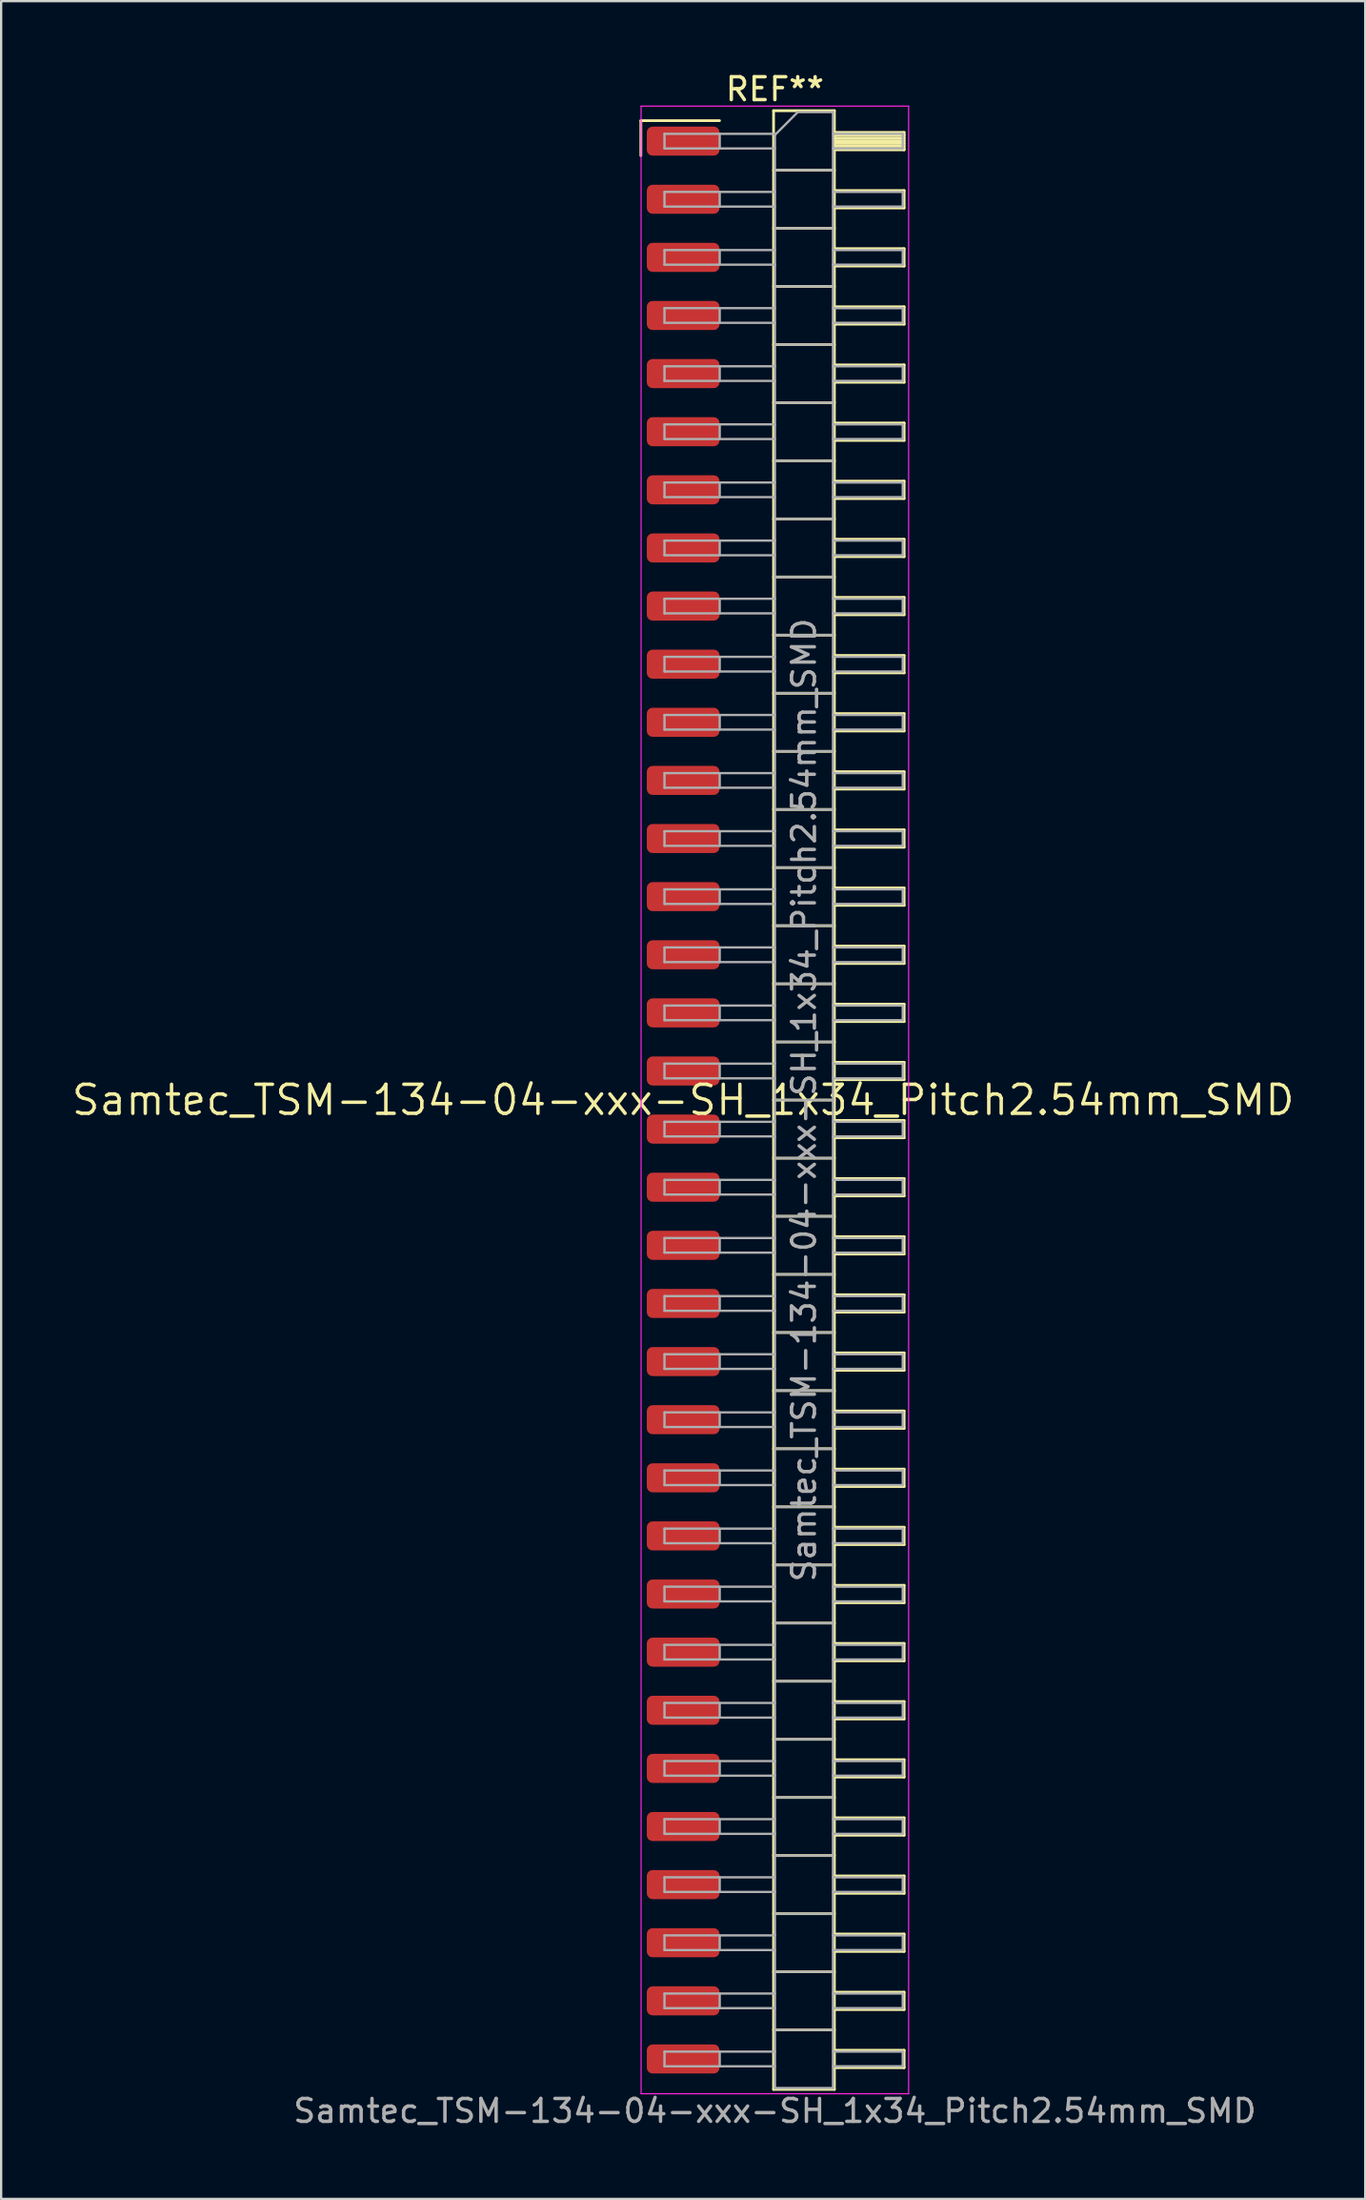
<source format=kicad_pcb>
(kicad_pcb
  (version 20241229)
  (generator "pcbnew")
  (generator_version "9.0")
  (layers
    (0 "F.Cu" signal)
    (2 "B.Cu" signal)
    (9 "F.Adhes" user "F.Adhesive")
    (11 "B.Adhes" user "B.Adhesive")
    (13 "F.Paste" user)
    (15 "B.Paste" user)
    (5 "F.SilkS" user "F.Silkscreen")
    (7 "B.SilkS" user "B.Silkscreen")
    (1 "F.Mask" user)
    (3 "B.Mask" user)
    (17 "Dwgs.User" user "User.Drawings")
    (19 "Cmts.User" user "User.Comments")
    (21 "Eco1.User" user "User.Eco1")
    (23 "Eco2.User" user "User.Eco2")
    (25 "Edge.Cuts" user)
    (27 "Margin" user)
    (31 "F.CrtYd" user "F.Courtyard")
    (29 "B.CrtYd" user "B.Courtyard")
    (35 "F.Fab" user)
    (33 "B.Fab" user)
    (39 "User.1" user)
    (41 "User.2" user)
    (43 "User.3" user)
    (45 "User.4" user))
  (footprint "Samtec_TSM-134-04-xxx-SH_1x34_Pitch2.54mm_SMD"
    (layer "F.Cu")
    (at 26.828 45.028)
    (property "Reference" "Samtec_TSM-134-04-xxx-SH_1x34_Pitch2.54mm_SMD" (at 0 0 0) (layer "F.SilkS") (effects (font (size 1.27 1.27) (thickness 0.15))))
    (attr smd)
    (fp_line (start -1.85 -42.805) (end 1.59 -42.805) (stroke (width 0.12) (type solid)) (layer "F.SilkS"))
    (fp_line (start -1.85 -41.275) (end -1.85 -42.805) (stroke (width 0.12) (type solid)) (layer "F.SilkS"))
    (fp_line (start 3.953 -43.24) (end 6.613 -43.24) (stroke (width 0.12) (type solid)) (layer "F.SilkS"))
    (fp_line (start 3.953 -40.64) (end 6.613 -40.64) (stroke (width 0.12) (type solid)) (layer "F.SilkS"))
    (fp_line (start 3.953 -38.1) (end 6.613 -38.1) (stroke (width 0.12) (type solid)) (layer "F.SilkS"))
    (fp_line (start 3.953 -35.56) (end 6.613 -35.56) (stroke (width 0.12) (type solid)) (layer "F.SilkS"))
    (fp_line (start 3.953 -33.02) (end 6.613 -33.02) (stroke (width 0.12) (type solid)) (layer "F.SilkS"))
    (fp_line (start 3.953 -30.48) (end 6.613 -30.48) (stroke (width 0.12) (type solid)) (layer "F.SilkS"))
    (fp_line (start 3.953 -27.94) (end 6.613 -27.94) (stroke (width 0.12) (type solid)) (layer "F.SilkS"))
    (fp_line (start 3.953 -25.4) (end 6.613 -25.4) (stroke (width 0.12) (type solid)) (layer "F.SilkS"))
    (fp_line (start 3.953 -22.86) (end 6.613 -22.86) (stroke (width 0.12) (type solid)) (layer "F.SilkS"))
    (fp_line (start 3.953 -20.32) (end 6.613 -20.32) (stroke (width 0.12) (type solid)) (layer "F.SilkS"))
    (fp_line (start 3.953 -17.78) (end 6.613 -17.78) (stroke (width 0.12) (type solid)) (layer "F.SilkS"))
    (fp_line (start 3.953 -15.24) (end 6.613 -15.24) (stroke (width 0.12) (type solid)) (layer "F.SilkS"))
    (fp_line (start 3.953 -12.7) (end 6.613 -12.7) (stroke (width 0.12) (type solid)) (layer "F.SilkS"))
    (fp_line (start 3.953 -10.16) (end 6.613 -10.16) (stroke (width 0.12) (type solid)) (layer "F.SilkS"))
    (fp_line (start 3.953 -7.62) (end 6.613 -7.62) (stroke (width 0.12) (type solid)) (layer "F.SilkS"))
    (fp_line (start 3.953 -5.08) (end 6.613 -5.08) (stroke (width 0.12) (type solid)) (layer "F.SilkS"))
    (fp_line (start 3.953 -2.54) (end 6.613 -2.54) (stroke (width 0.12) (type solid)) (layer "F.SilkS"))
    (fp_line (start 3.953 0) (end 6.613 0) (stroke (width 0.12) (type solid)) (layer "F.SilkS"))
    (fp_line (start 3.953 2.54) (end 6.613 2.54) (stroke (width 0.12) (type solid)) (layer "F.SilkS"))
    (fp_line (start 3.953 5.08) (end 6.613 5.08) (stroke (width 0.12) (type solid)) (layer "F.SilkS"))
    (fp_line (start 3.953 7.62) (end 6.613 7.62) (stroke (width 0.12) (type solid)) (layer "F.SilkS"))
    (fp_line (start 3.953 10.16) (end 6.613 10.16) (stroke (width 0.12) (type solid)) (layer "F.SilkS"))
    (fp_line (start 3.953 12.7) (end 6.613 12.7) (stroke (width 0.12) (type solid)) (layer "F.SilkS"))
    (fp_line (start 3.953 15.24) (end 6.613 15.24) (stroke (width 0.12) (type solid)) (layer "F.SilkS"))
    (fp_line (start 3.953 17.78) (end 6.613 17.78) (stroke (width 0.12) (type solid)) (layer "F.SilkS"))
    (fp_line (start 3.953 20.32) (end 6.613 20.32) (stroke (width 0.12) (type solid)) (layer "F.SilkS"))
    (fp_line (start 3.953 22.86) (end 6.613 22.86) (stroke (width 0.12) (type solid)) (layer "F.SilkS"))
    (fp_line (start 3.953 25.4) (end 6.613 25.4) (stroke (width 0.12) (type solid)) (layer "F.SilkS"))
    (fp_line (start 3.953 27.94) (end 6.613 27.94) (stroke (width 0.12) (type solid)) (layer "F.SilkS"))
    (fp_line (start 3.953 30.48) (end 6.613 30.48) (stroke (width 0.12) (type solid)) (layer "F.SilkS"))
    (fp_line (start 3.953 33.02) (end 6.613 33.02) (stroke (width 0.12) (type solid)) (layer "F.SilkS"))
    (fp_line (start 3.953 35.56) (end 6.613 35.56) (stroke (width 0.12) (type solid)) (layer "F.SilkS"))
    (fp_line (start 3.953 38.1) (end 6.613 38.1) (stroke (width 0.12) (type solid)) (layer "F.SilkS"))
    (fp_line (start 3.953 40.64) (end 6.613 40.64) (stroke (width 0.12) (type solid)) (layer "F.SilkS"))
    (fp_line (start 3.953 43.24) (end 3.953 -43.24) (stroke (width 0.12) (type solid)) (layer "F.SilkS"))
    (fp_line (start 6.613 -43.24) (end 6.613 43.24) (stroke (width 0.12) (type solid)) (layer "F.SilkS"))
    (fp_line (start 6.613 -42.29) (end 9.663 -42.29) (stroke (width 0.12) (type solid)) (layer "F.SilkS"))
    (fp_line (start 6.613 -42.17) (end 9.663 -42.17) (stroke (width 0.12) (type solid)) (layer "F.SilkS"))
    (fp_line (start 6.613 -42.05) (end 9.663 -42.05) (stroke (width 0.12) (type solid)) (layer "F.SilkS"))
    (fp_line (start 6.613 -41.93) (end 9.663 -41.93) (stroke (width 0.12) (type solid)) (layer "F.SilkS"))
    (fp_line (start 6.613 -41.81) (end 9.663 -41.81) (stroke (width 0.12) (type solid)) (layer "F.SilkS"))
    (fp_line (start 6.613 -41.69) (end 9.663 -41.69) (stroke (width 0.12) (type solid)) (layer "F.SilkS"))
    (fp_line (start 6.613 -41.57) (end 9.663 -41.57) (stroke (width 0.12) (type solid)) (layer "F.SilkS"))
    (fp_line (start 6.613 -41.53) (end 9.663 -41.53) (stroke (width 0.12) (type solid)) (layer "F.SilkS"))
    (fp_line (start 6.613 -39.75) (end 9.663 -39.75) (stroke (width 0.12) (type solid)) (layer "F.SilkS"))
    (fp_line (start 6.613 -38.99) (end 9.663 -38.99) (stroke (width 0.12) (type solid)) (layer "F.SilkS"))
    (fp_line (start 6.613 -37.21) (end 9.663 -37.21) (stroke (width 0.12) (type solid)) (layer "F.SilkS"))
    (fp_line (start 6.613 -36.45) (end 9.663 -36.45) (stroke (width 0.12) (type solid)) (layer "F.SilkS"))
    (fp_line (start 6.613 -34.67) (end 9.663 -34.67) (stroke (width 0.12) (type solid)) (layer "F.SilkS"))
    (fp_line (start 6.613 -33.91) (end 9.663 -33.91) (stroke (width 0.12) (type solid)) (layer "F.SilkS"))
    (fp_line (start 6.613 -32.13) (end 9.663 -32.13) (stroke (width 0.12) (type solid)) (layer "F.SilkS"))
    (fp_line (start 6.613 -31.37) (end 9.663 -31.37) (stroke (width 0.12) (type solid)) (layer "F.SilkS"))
    (fp_line (start 6.613 -29.59) (end 9.663 -29.59) (stroke (width 0.12) (type solid)) (layer "F.SilkS"))
    (fp_line (start 6.613 -28.83) (end 9.663 -28.83) (stroke (width 0.12) (type solid)) (layer "F.SilkS"))
    (fp_line (start 6.613 -27.05) (end 9.663 -27.05) (stroke (width 0.12) (type solid)) (layer "F.SilkS"))
    (fp_line (start 6.613 -26.29) (end 9.663 -26.29) (stroke (width 0.12) (type solid)) (layer "F.SilkS"))
    (fp_line (start 6.613 -24.51) (end 9.663 -24.51) (stroke (width 0.12) (type solid)) (layer "F.SilkS"))
    (fp_line (start 6.613 -23.75) (end 9.663 -23.75) (stroke (width 0.12) (type solid)) (layer "F.SilkS"))
    (fp_line (start 6.613 -21.97) (end 9.663 -21.97) (stroke (width 0.12) (type solid)) (layer "F.SilkS"))
    (fp_line (start 6.613 -21.21) (end 9.663 -21.21) (stroke (width 0.12) (type solid)) (layer "F.SilkS"))
    (fp_line (start 6.613 -19.43) (end 9.663 -19.43) (stroke (width 0.12) (type solid)) (layer "F.SilkS"))
    (fp_line (start 6.613 -18.67) (end 9.663 -18.67) (stroke (width 0.12) (type solid)) (layer "F.SilkS"))
    (fp_line (start 6.613 -16.89) (end 9.663 -16.89) (stroke (width 0.12) (type solid)) (layer "F.SilkS"))
    (fp_line (start 6.613 -16.13) (end 9.663 -16.13) (stroke (width 0.12) (type solid)) (layer "F.SilkS"))
    (fp_line (start 6.613 -14.35) (end 9.663 -14.35) (stroke (width 0.12) (type solid)) (layer "F.SilkS"))
    (fp_line (start 6.613 -13.59) (end 9.663 -13.59) (stroke (width 0.12) (type solid)) (layer "F.SilkS"))
    (fp_line (start 6.613 -11.81) (end 9.663 -11.81) (stroke (width 0.12) (type solid)) (layer "F.SilkS"))
    (fp_line (start 6.613 -11.05) (end 9.663 -11.05) (stroke (width 0.12) (type solid)) (layer "F.SilkS"))
    (fp_line (start 6.613 -9.27) (end 9.663 -9.27) (stroke (width 0.12) (type solid)) (layer "F.SilkS"))
    (fp_line (start 6.613 -8.51) (end 9.663 -8.51) (stroke (width 0.12) (type solid)) (layer "F.SilkS"))
    (fp_line (start 6.613 -6.73) (end 9.663 -6.73) (stroke (width 0.12) (type solid)) (layer "F.SilkS"))
    (fp_line (start 6.613 -5.97) (end 9.663 -5.97) (stroke (width 0.12) (type solid)) (layer "F.SilkS"))
    (fp_line (start 6.613 -4.19) (end 9.663 -4.19) (stroke (width 0.12) (type solid)) (layer "F.SilkS"))
    (fp_line (start 6.613 -3.43) (end 9.663 -3.43) (stroke (width 0.12) (type solid)) (layer "F.SilkS"))
    (fp_line (start 6.613 -1.65) (end 9.663 -1.65) (stroke (width 0.12) (type solid)) (layer "F.SilkS"))
    (fp_line (start 6.613 -0.89) (end 9.663 -0.89) (stroke (width 0.12) (type solid)) (layer "F.SilkS"))
    (fp_line (start 6.613 0.89) (end 9.663 0.89) (stroke (width 0.12) (type solid)) (layer "F.SilkS"))
    (fp_line (start 6.613 1.65) (end 9.663 1.65) (stroke (width 0.12) (type solid)) (layer "F.SilkS"))
    (fp_line (start 6.613 3.43) (end 9.663 3.43) (stroke (width 0.12) (type solid)) (layer "F.SilkS"))
    (fp_line (start 6.613 4.19) (end 9.663 4.19) (stroke (width 0.12) (type solid)) (layer "F.SilkS"))
    (fp_line (start 6.613 5.97) (end 9.663 5.97) (stroke (width 0.12) (type solid)) (layer "F.SilkS"))
    (fp_line (start 6.613 6.73) (end 9.663 6.73) (stroke (width 0.12) (type solid)) (layer "F.SilkS"))
    (fp_line (start 6.613 8.51) (end 9.663 8.51) (stroke (width 0.12) (type solid)) (layer "F.SilkS"))
    (fp_line (start 6.613 9.27) (end 9.663 9.27) (stroke (width 0.12) (type solid)) (layer "F.SilkS"))
    (fp_line (start 6.613 11.05) (end 9.663 11.05) (stroke (width 0.12) (type solid)) (layer "F.SilkS"))
    (fp_line (start 6.613 11.81) (end 9.663 11.81) (stroke (width 0.12) (type solid)) (layer "F.SilkS"))
    (fp_line (start 6.613 13.59) (end 9.663 13.59) (stroke (width 0.12) (type solid)) (layer "F.SilkS"))
    (fp_line (start 6.613 14.35) (end 9.663 14.35) (stroke (width 0.12) (type solid)) (layer "F.SilkS"))
    (fp_line (start 6.613 16.13) (end 9.663 16.13) (stroke (width 0.12) (type solid)) (layer "F.SilkS"))
    (fp_line (start 6.613 16.89) (end 9.663 16.89) (stroke (width 0.12) (type solid)) (layer "F.SilkS"))
    (fp_line (start 6.613 18.67) (end 9.663 18.67) (stroke (width 0.12) (type solid)) (layer "F.SilkS"))
    (fp_line (start 6.613 19.43) (end 9.663 19.43) (stroke (width 0.12) (type solid)) (layer "F.SilkS"))
    (fp_line (start 6.613 21.21) (end 9.663 21.21) (stroke (width 0.12) (type solid)) (layer "F.SilkS"))
    (fp_line (start 6.613 21.97) (end 9.663 21.97) (stroke (width 0.12) (type solid)) (layer "F.SilkS"))
    (fp_line (start 6.613 23.75) (end 9.663 23.75) (stroke (width 0.12) (type solid)) (layer "F.SilkS"))
    (fp_line (start 6.613 24.51) (end 9.663 24.51) (stroke (width 0.12) (type solid)) (layer "F.SilkS"))
    (fp_line (start 6.613 26.29) (end 9.663 26.29) (stroke (width 0.12) (type solid)) (layer "F.SilkS"))
    (fp_line (start 6.613 27.05) (end 9.663 27.05) (stroke (width 0.12) (type solid)) (layer "F.SilkS"))
    (fp_line (start 6.613 28.83) (end 9.663 28.83) (stroke (width 0.12) (type solid)) (layer "F.SilkS"))
    (fp_line (start 6.613 29.59) (end 9.663 29.59) (stroke (width 0.12) (type solid)) (layer "F.SilkS"))
    (fp_line (start 6.613 31.37) (end 9.663 31.37) (stroke (width 0.12) (type solid)) (layer "F.SilkS"))
    (fp_line (start 6.613 32.13) (end 9.663 32.13) (stroke (width 0.12) (type solid)) (layer "F.SilkS"))
    (fp_line (start 6.613 33.91) (end 9.663 33.91) (stroke (width 0.12) (type solid)) (layer "F.SilkS"))
    (fp_line (start 6.613 34.67) (end 9.663 34.67) (stroke (width 0.12) (type solid)) (layer "F.SilkS"))
    (fp_line (start 6.613 36.45) (end 9.663 36.45) (stroke (width 0.12) (type solid)) (layer "F.SilkS"))
    (fp_line (start 6.613 37.21) (end 9.663 37.21) (stroke (width 0.12) (type solid)) (layer "F.SilkS"))
    (fp_line (start 6.613 38.99) (end 9.663 38.99) (stroke (width 0.12) (type solid)) (layer "F.SilkS"))
    (fp_line (start 6.613 39.75) (end 9.663 39.75) (stroke (width 0.12) (type solid)) (layer "F.SilkS"))
    (fp_line (start 6.613 41.53) (end 9.663 41.53) (stroke (width 0.12) (type solid)) (layer "F.SilkS"))
    (fp_line (start 6.613 42.29) (end 9.663 42.29) (stroke (width 0.12) (type solid)) (layer "F.SilkS"))
    (fp_line (start 6.613 43.24) (end 3.953 43.24) (stroke (width 0.12) (type solid)) (layer "F.SilkS"))
    (fp_line (start 9.663 -42.29) (end 9.663 -41.53) (stroke (width 0.12) (type solid)) (layer "F.SilkS"))
    (fp_line (start 9.663 -39.75) (end 9.663 -38.99) (stroke (width 0.12) (type solid)) (layer "F.SilkS"))
    (fp_line (start 9.663 -37.21) (end 9.663 -36.45) (stroke (width 0.12) (type solid)) (layer "F.SilkS"))
    (fp_line (start 9.663 -34.67) (end 9.663 -33.91) (stroke (width 0.12) (type solid)) (layer "F.SilkS"))
    (fp_line (start 9.663 -32.13) (end 9.663 -31.37) (stroke (width 0.12) (type solid)) (layer "F.SilkS"))
    (fp_line (start 9.663 -29.59) (end 9.663 -28.83) (stroke (width 0.12) (type solid)) (layer "F.SilkS"))
    (fp_line (start 9.663 -27.05) (end 9.663 -26.29) (stroke (width 0.12) (type solid)) (layer "F.SilkS"))
    (fp_line (start 9.663 -24.51) (end 9.663 -23.75) (stroke (width 0.12) (type solid)) (layer "F.SilkS"))
    (fp_line (start 9.663 -21.97) (end 9.663 -21.21) (stroke (width 0.12) (type solid)) (layer "F.SilkS"))
    (fp_line (start 9.663 -19.43) (end 9.663 -18.67) (stroke (width 0.12) (type solid)) (layer "F.SilkS"))
    (fp_line (start 9.663 -16.89) (end 9.663 -16.13) (stroke (width 0.12) (type solid)) (layer "F.SilkS"))
    (fp_line (start 9.663 -14.35) (end 9.663 -13.59) (stroke (width 0.12) (type solid)) (layer "F.SilkS"))
    (fp_line (start 9.663 -11.81) (end 9.663 -11.05) (stroke (width 0.12) (type solid)) (layer "F.SilkS"))
    (fp_line (start 9.663 -9.27) (end 9.663 -8.51) (stroke (width 0.12) (type solid)) (layer "F.SilkS"))
    (fp_line (start 9.663 -6.73) (end 9.663 -5.97) (stroke (width 0.12) (type solid)) (layer "F.SilkS"))
    (fp_line (start 9.663 -4.19) (end 9.663 -3.43) (stroke (width 0.12) (type solid)) (layer "F.SilkS"))
    (fp_line (start 9.663 -1.65) (end 9.663 -0.89) (stroke (width 0.12) (type solid)) (layer "F.SilkS"))
    (fp_line (start 9.663 0.89) (end 9.663 1.65) (stroke (width 0.12) (type solid)) (layer "F.SilkS"))
    (fp_line (start 9.663 3.43) (end 9.663 4.19) (stroke (width 0.12) (type solid)) (layer "F.SilkS"))
    (fp_line (start 9.663 5.97) (end 9.663 6.73) (stroke (width 0.12) (type solid)) (layer "F.SilkS"))
    (fp_line (start 9.663 8.51) (end 9.663 9.27) (stroke (width 0.12) (type solid)) (layer "F.SilkS"))
    (fp_line (start 9.663 11.05) (end 9.663 11.81) (stroke (width 0.12) (type solid)) (layer "F.SilkS"))
    (fp_line (start 9.663 13.59) (end 9.663 14.35) (stroke (width 0.12) (type solid)) (layer "F.SilkS"))
    (fp_line (start 9.663 16.13) (end 9.663 16.89) (stroke (width 0.12) (type solid)) (layer "F.SilkS"))
    (fp_line (start 9.663 18.67) (end 9.663 19.43) (stroke (width 0.12) (type solid)) (layer "F.SilkS"))
    (fp_line (start 9.663 21.21) (end 9.663 21.97) (stroke (width 0.12) (type solid)) (layer "F.SilkS"))
    (fp_line (start 9.663 23.75) (end 9.663 24.51) (stroke (width 0.12) (type solid)) (layer "F.SilkS"))
    (fp_line (start 9.663 26.29) (end 9.663 27.05) (stroke (width 0.12) (type solid)) (layer "F.SilkS"))
    (fp_line (start 9.663 28.83) (end 9.663 29.59) (stroke (width 0.12) (type solid)) (layer "F.SilkS"))
    (fp_line (start 9.663 31.37) (end 9.663 32.13) (stroke (width 0.12) (type solid)) (layer "F.SilkS"))
    (fp_line (start 9.663 33.91) (end 9.663 34.67) (stroke (width 0.12) (type solid)) (layer "F.SilkS"))
    (fp_line (start 9.663 36.45) (end 9.663 37.21) (stroke (width 0.12) (type solid)) (layer "F.SilkS"))
    (fp_line (start 9.663 38.99) (end 9.663 39.75) (stroke (width 0.12) (type solid)) (layer "F.SilkS"))
    (fp_line (start 9.663 41.53) (end 9.663 42.29) (stroke (width 0.12) (type solid)) (layer "F.SilkS"))
    (fp_line (start -1.84 -43.44) (end 9.86 -43.44) (stroke (width 0.05) (type solid)) (layer "F.CrtYd"))
    (fp_line (start -1.84 43.43) (end -1.84 -43.44) (stroke (width 0.05) (type solid)) (layer "F.CrtYd"))
    (fp_line (start 9.86 -43.44) (end 9.86 43.43) (stroke (width 0.05) (type solid)) (layer "F.CrtYd"))
    (fp_line (start 9.86 43.43) (end -1.84 43.43) (stroke (width 0.05) (type solid)) (layer "F.CrtYd"))
    (fp_line (start -0.817 -42.23) (end -0.817 -41.59) (stroke (width 0.1) (type solid)) (layer "F.Fab"))
    (fp_line (start -0.817 -42.23) (end 4.013 -42.23) (stroke (width 0.1) (type solid)) (layer "F.Fab"))
    (fp_line (start -0.817 -41.59) (end 4.013 -41.59) (stroke (width 0.1) (type solid)) (layer "F.Fab"))
    (fp_line (start -0.817 -39.69) (end -0.817 -39.05) (stroke (width 0.1) (type solid)) (layer "F.Fab"))
    (fp_line (start -0.817 -39.69) (end 4.013 -39.69) (stroke (width 0.1) (type solid)) (layer "F.Fab"))
    (fp_line (start -0.817 -39.05) (end 4.013 -39.05) (stroke (width 0.1) (type solid)) (layer "F.Fab"))
    (fp_line (start -0.817 -37.15) (end -0.817 -36.51) (stroke (width 0.1) (type solid)) (layer "F.Fab"))
    (fp_line (start -0.817 -37.15) (end 4.013 -37.15) (stroke (width 0.1) (type solid)) (layer "F.Fab"))
    (fp_line (start -0.817 -36.51) (end 4.013 -36.51) (stroke (width 0.1) (type solid)) (layer "F.Fab"))
    (fp_line (start -0.817 -34.61) (end -0.817 -33.97) (stroke (width 0.1) (type solid)) (layer "F.Fab"))
    (fp_line (start -0.817 -34.61) (end 4.013 -34.61) (stroke (width 0.1) (type solid)) (layer "F.Fab"))
    (fp_line (start -0.817 -33.97) (end 4.013 -33.97) (stroke (width 0.1) (type solid)) (layer "F.Fab"))
    (fp_line (start -0.817 -32.07) (end -0.817 -31.43) (stroke (width 0.1) (type solid)) (layer "F.Fab"))
    (fp_line (start -0.817 -32.07) (end 4.013 -32.07) (stroke (width 0.1) (type solid)) (layer "F.Fab"))
    (fp_line (start -0.817 -31.43) (end 4.013 -31.43) (stroke (width 0.1) (type solid)) (layer "F.Fab"))
    (fp_line (start -0.817 -29.53) (end -0.817 -28.89) (stroke (width 0.1) (type solid)) (layer "F.Fab"))
    (fp_line (start -0.817 -29.53) (end 4.013 -29.53) (stroke (width 0.1) (type solid)) (layer "F.Fab"))
    (fp_line (start -0.817 -28.89) (end 4.013 -28.89) (stroke (width 0.1) (type solid)) (layer "F.Fab"))
    (fp_line (start -0.817 -26.99) (end -0.817 -26.35) (stroke (width 0.1) (type solid)) (layer "F.Fab"))
    (fp_line (start -0.817 -26.99) (end 4.013 -26.99) (stroke (width 0.1) (type solid)) (layer "F.Fab"))
    (fp_line (start -0.817 -26.35) (end 4.013 -26.35) (stroke (width 0.1) (type solid)) (layer "F.Fab"))
    (fp_line (start -0.817 -24.45) (end -0.817 -23.81) (stroke (width 0.1) (type solid)) (layer "F.Fab"))
    (fp_line (start -0.817 -24.45) (end 4.013 -24.45) (stroke (width 0.1) (type solid)) (layer "F.Fab"))
    (fp_line (start -0.817 -23.81) (end 4.013 -23.81) (stroke (width 0.1) (type solid)) (layer "F.Fab"))
    (fp_line (start -0.817 -21.91) (end -0.817 -21.27) (stroke (width 0.1) (type solid)) (layer "F.Fab"))
    (fp_line (start -0.817 -21.91) (end 4.013 -21.91) (stroke (width 0.1) (type solid)) (layer "F.Fab"))
    (fp_line (start -0.817 -21.27) (end 4.013 -21.27) (stroke (width 0.1) (type solid)) (layer "F.Fab"))
    (fp_line (start -0.817 -19.37) (end -0.817 -18.73) (stroke (width 0.1) (type solid)) (layer "F.Fab"))
    (fp_line (start -0.817 -19.37) (end 4.013 -19.37) (stroke (width 0.1) (type solid)) (layer "F.Fab"))
    (fp_line (start -0.817 -18.73) (end 4.013 -18.73) (stroke (width 0.1) (type solid)) (layer "F.Fab"))
    (fp_line (start -0.817 -16.83) (end -0.817 -16.19) (stroke (width 0.1) (type solid)) (layer "F.Fab"))
    (fp_line (start -0.817 -16.83) (end 4.013 -16.83) (stroke (width 0.1) (type solid)) (layer "F.Fab"))
    (fp_line (start -0.817 -16.19) (end 4.013 -16.19) (stroke (width 0.1) (type solid)) (layer "F.Fab"))
    (fp_line (start -0.817 -14.29) (end -0.817 -13.65) (stroke (width 0.1) (type solid)) (layer "F.Fab"))
    (fp_line (start -0.817 -14.29) (end 4.013 -14.29) (stroke (width 0.1) (type solid)) (layer "F.Fab"))
    (fp_line (start -0.817 -13.65) (end 4.013 -13.65) (stroke (width 0.1) (type solid)) (layer "F.Fab"))
    (fp_line (start -0.817 -11.75) (end -0.817 -11.11) (stroke (width 0.1) (type solid)) (layer "F.Fab"))
    (fp_line (start -0.817 -11.75) (end 4.013 -11.75) (stroke (width 0.1) (type solid)) (layer "F.Fab"))
    (fp_line (start -0.817 -11.11) (end 4.013 -11.11) (stroke (width 0.1) (type solid)) (layer "F.Fab"))
    (fp_line (start -0.817 -9.21) (end -0.817 -8.57) (stroke (width 0.1) (type solid)) (layer "F.Fab"))
    (fp_line (start -0.817 -9.21) (end 4.013 -9.21) (stroke (width 0.1) (type solid)) (layer "F.Fab"))
    (fp_line (start -0.817 -8.57) (end 4.013 -8.57) (stroke (width 0.1) (type solid)) (layer "F.Fab"))
    (fp_line (start -0.817 -6.67) (end -0.817 -6.03) (stroke (width 0.1) (type solid)) (layer "F.Fab"))
    (fp_line (start -0.817 -6.67) (end 4.013 -6.67) (stroke (width 0.1) (type solid)) (layer "F.Fab"))
    (fp_line (start -0.817 -6.03) (end 4.013 -6.03) (stroke (width 0.1) (type solid)) (layer "F.Fab"))
    (fp_line (start -0.817 -4.13) (end -0.817 -3.49) (stroke (width 0.1) (type solid)) (layer "F.Fab"))
    (fp_line (start -0.817 -4.13) (end 4.013 -4.13) (stroke (width 0.1) (type solid)) (layer "F.Fab"))
    (fp_line (start -0.817 -3.49) (end 4.013 -3.49) (stroke (width 0.1) (type solid)) (layer "F.Fab"))
    (fp_line (start -0.817 -1.59) (end -0.817 -0.95) (stroke (width 0.1) (type solid)) (layer "F.Fab"))
    (fp_line (start -0.817 -1.59) (end 4.013 -1.59) (stroke (width 0.1) (type solid)) (layer "F.Fab"))
    (fp_line (start -0.817 -0.95) (end 4.013 -0.95) (stroke (width 0.1) (type solid)) (layer "F.Fab"))
    (fp_line (start -0.817 0.95) (end -0.817 1.59) (stroke (width 0.1) (type solid)) (layer "F.Fab"))
    (fp_line (start -0.817 0.95) (end 4.013 0.95) (stroke (width 0.1) (type solid)) (layer "F.Fab"))
    (fp_line (start -0.817 1.59) (end 4.013 1.59) (stroke (width 0.1) (type solid)) (layer "F.Fab"))
    (fp_line (start -0.817 3.49) (end -0.817 4.13) (stroke (width 0.1) (type solid)) (layer "F.Fab"))
    (fp_line (start -0.817 3.49) (end 4.013 3.49) (stroke (width 0.1) (type solid)) (layer "F.Fab"))
    (fp_line (start -0.817 4.13) (end 4.013 4.13) (stroke (width 0.1) (type solid)) (layer "F.Fab"))
    (fp_line (start -0.817 6.03) (end -0.817 6.67) (stroke (width 0.1) (type solid)) (layer "F.Fab"))
    (fp_line (start -0.817 6.03) (end 4.013 6.03) (stroke (width 0.1) (type solid)) (layer "F.Fab"))
    (fp_line (start -0.817 6.67) (end 4.013 6.67) (stroke (width 0.1) (type solid)) (layer "F.Fab"))
    (fp_line (start -0.817 8.57) (end -0.817 9.21) (stroke (width 0.1) (type solid)) (layer "F.Fab"))
    (fp_line (start -0.817 8.57) (end 4.013 8.57) (stroke (width 0.1) (type solid)) (layer "F.Fab"))
    (fp_line (start -0.817 9.21) (end 4.013 9.21) (stroke (width 0.1) (type solid)) (layer "F.Fab"))
    (fp_line (start -0.817 11.11) (end -0.817 11.75) (stroke (width 0.1) (type solid)) (layer "F.Fab"))
    (fp_line (start -0.817 11.11) (end 4.013 11.11) (stroke (width 0.1) (type solid)) (layer "F.Fab"))
    (fp_line (start -0.817 11.75) (end 4.013 11.75) (stroke (width 0.1) (type solid)) (layer "F.Fab"))
    (fp_line (start -0.817 13.65) (end -0.817 14.29) (stroke (width 0.1) (type solid)) (layer "F.Fab"))
    (fp_line (start -0.817 13.65) (end 4.013 13.65) (stroke (width 0.1) (type solid)) (layer "F.Fab"))
    (fp_line (start -0.817 14.29) (end 4.013 14.29) (stroke (width 0.1) (type solid)) (layer "F.Fab"))
    (fp_line (start -0.817 16.19) (end -0.817 16.83) (stroke (width 0.1) (type solid)) (layer "F.Fab"))
    (fp_line (start -0.817 16.19) (end 4.013 16.19) (stroke (width 0.1) (type solid)) (layer "F.Fab"))
    (fp_line (start -0.817 16.83) (end 4.013 16.83) (stroke (width 0.1) (type solid)) (layer "F.Fab"))
    (fp_line (start -0.817 18.73) (end -0.817 19.37) (stroke (width 0.1) (type solid)) (layer "F.Fab"))
    (fp_line (start -0.817 18.73) (end 4.013 18.73) (stroke (width 0.1) (type solid)) (layer "F.Fab"))
    (fp_line (start -0.817 19.37) (end 4.013 19.37) (stroke (width 0.1) (type solid)) (layer "F.Fab"))
    (fp_line (start -0.817 21.27) (end -0.817 21.91) (stroke (width 0.1) (type solid)) (layer "F.Fab"))
    (fp_line (start -0.817 21.27) (end 4.013 21.27) (stroke (width 0.1) (type solid)) (layer "F.Fab"))
    (fp_line (start -0.817 21.91) (end 4.013 21.91) (stroke (width 0.1) (type solid)) (layer "F.Fab"))
    (fp_line (start -0.817 23.81) (end -0.817 24.45) (stroke (width 0.1) (type solid)) (layer "F.Fab"))
    (fp_line (start -0.817 23.81) (end 4.013 23.81) (stroke (width 0.1) (type solid)) (layer "F.Fab"))
    (fp_line (start -0.817 24.45) (end 4.013 24.45) (stroke (width 0.1) (type solid)) (layer "F.Fab"))
    (fp_line (start -0.817 26.35) (end -0.817 26.99) (stroke (width 0.1) (type solid)) (layer "F.Fab"))
    (fp_line (start -0.817 26.35) (end 4.013 26.35) (stroke (width 0.1) (type solid)) (layer "F.Fab"))
    (fp_line (start -0.817 26.99) (end 4.013 26.99) (stroke (width 0.1) (type solid)) (layer "F.Fab"))
    (fp_line (start -0.817 28.89) (end -0.817 29.53) (stroke (width 0.1) (type solid)) (layer "F.Fab"))
    (fp_line (start -0.817 28.89) (end 4.013 28.89) (stroke (width 0.1) (type solid)) (layer "F.Fab"))
    (fp_line (start -0.817 29.53) (end 4.013 29.53) (stroke (width 0.1) (type solid)) (layer "F.Fab"))
    (fp_line (start -0.817 31.43) (end -0.817 32.07) (stroke (width 0.1) (type solid)) (layer "F.Fab"))
    (fp_line (start -0.817 31.43) (end 4.013 31.43) (stroke (width 0.1) (type solid)) (layer "F.Fab"))
    (fp_line (start -0.817 32.07) (end 4.013 32.07) (stroke (width 0.1) (type solid)) (layer "F.Fab"))
    (fp_line (start -0.817 33.97) (end -0.817 34.61) (stroke (width 0.1) (type solid)) (layer "F.Fab"))
    (fp_line (start -0.817 33.97) (end 4.013 33.97) (stroke (width 0.1) (type solid)) (layer "F.Fab"))
    (fp_line (start -0.817 34.61) (end 4.013 34.61) (stroke (width 0.1) (type solid)) (layer "F.Fab"))
    (fp_line (start -0.817 36.51) (end -0.817 37.15) (stroke (width 0.1) (type solid)) (layer "F.Fab"))
    (fp_line (start -0.817 36.51) (end 4.013 36.51) (stroke (width 0.1) (type solid)) (layer "F.Fab"))
    (fp_line (start -0.817 37.15) (end 4.013 37.15) (stroke (width 0.1) (type solid)) (layer "F.Fab"))
    (fp_line (start -0.817 39.05) (end -0.817 39.69) (stroke (width 0.1) (type solid)) (layer "F.Fab"))
    (fp_line (start -0.817 39.05) (end 4.013 39.05) (stroke (width 0.1) (type solid)) (layer "F.Fab"))
    (fp_line (start -0.817 39.69) (end 4.013 39.69) (stroke (width 0.1) (type solid)) (layer "F.Fab"))
    (fp_line (start -0.817 41.59) (end -0.817 42.23) (stroke (width 0.1) (type solid)) (layer "F.Fab"))
    (fp_line (start -0.817 41.59) (end 4.013 41.59) (stroke (width 0.1) (type solid)) (layer "F.Fab"))
    (fp_line (start -0.817 42.23) (end 4.013 42.23) (stroke (width 0.1) (type solid)) (layer "F.Fab"))
    (fp_line (start 1.598 -42.23) (end 1.598 -41.59) (stroke (width 0.1) (type solid)) (layer "F.Fab"))
    (fp_line (start 1.598 -39.69) (end 1.598 -39.05) (stroke (width 0.1) (type solid)) (layer "F.Fab"))
    (fp_line (start 1.598 -37.15) (end 1.598 -36.51) (stroke (width 0.1) (type solid)) (layer "F.Fab"))
    (fp_line (start 1.598 -34.61) (end 1.598 -33.97) (stroke (width 0.1) (type solid)) (layer "F.Fab"))
    (fp_line (start 1.598 -32.07) (end 1.598 -31.43) (stroke (width 0.1) (type solid)) (layer "F.Fab"))
    (fp_line (start 1.598 -29.53) (end 1.598 -28.89) (stroke (width 0.1) (type solid)) (layer "F.Fab"))
    (fp_line (start 1.598 -26.99) (end 1.598 -26.35) (stroke (width 0.1) (type solid)) (layer "F.Fab"))
    (fp_line (start 1.598 -24.45) (end 1.598 -23.81) (stroke (width 0.1) (type solid)) (layer "F.Fab"))
    (fp_line (start 1.598 -21.91) (end 1.598 -21.27) (stroke (width 0.1) (type solid)) (layer "F.Fab"))
    (fp_line (start 1.598 -19.37) (end 1.598 -18.73) (stroke (width 0.1) (type solid)) (layer "F.Fab"))
    (fp_line (start 1.598 -16.83) (end 1.598 -16.19) (stroke (width 0.1) (type solid)) (layer "F.Fab"))
    (fp_line (start 1.598 -14.29) (end 1.598 -13.65) (stroke (width 0.1) (type solid)) (layer "F.Fab"))
    (fp_line (start 1.598 -11.75) (end 1.598 -11.11) (stroke (width 0.1) (type solid)) (layer "F.Fab"))
    (fp_line (start 1.598 -9.21) (end 1.598 -8.57) (stroke (width 0.1) (type solid)) (layer "F.Fab"))
    (fp_line (start 1.598 -6.67) (end 1.598 -6.03) (stroke (width 0.1) (type solid)) (layer "F.Fab"))
    (fp_line (start 1.598 -4.13) (end 1.598 -3.49) (stroke (width 0.1) (type solid)) (layer "F.Fab"))
    (fp_line (start 1.598 -1.59) (end 1.598 -0.95) (stroke (width 0.1) (type solid)) (layer "F.Fab"))
    (fp_line (start 1.598 0.95) (end 1.598 1.59) (stroke (width 0.1) (type solid)) (layer "F.Fab"))
    (fp_line (start 1.598 3.49) (end 1.598 4.13) (stroke (width 0.1) (type solid)) (layer "F.Fab"))
    (fp_line (start 1.598 6.03) (end 1.598 6.67) (stroke (width 0.1) (type solid)) (layer "F.Fab"))
    (fp_line (start 1.598 8.57) (end 1.598 9.21) (stroke (width 0.1) (type solid)) (layer "F.Fab"))
    (fp_line (start 1.598 11.11) (end 1.598 11.75) (stroke (width 0.1) (type solid)) (layer "F.Fab"))
    (fp_line (start 1.598 13.65) (end 1.598 14.29) (stroke (width 0.1) (type solid)) (layer "F.Fab"))
    (fp_line (start 1.598 16.19) (end 1.598 16.83) (stroke (width 0.1) (type solid)) (layer "F.Fab"))
    (fp_line (start 1.598 18.73) (end 1.598 19.37) (stroke (width 0.1) (type solid)) (layer "F.Fab"))
    (fp_line (start 1.598 21.27) (end 1.598 21.91) (stroke (width 0.1) (type solid)) (layer "F.Fab"))
    (fp_line (start 1.598 23.81) (end 1.598 24.45) (stroke (width 0.1) (type solid)) (layer "F.Fab"))
    (fp_line (start 1.598 26.35) (end 1.598 26.99) (stroke (width 0.1) (type solid)) (layer "F.Fab"))
    (fp_line (start 1.598 28.89) (end 1.598 29.53) (stroke (width 0.1) (type solid)) (layer "F.Fab"))
    (fp_line (start 1.598 31.43) (end 1.598 32.07) (stroke (width 0.1) (type solid)) (layer "F.Fab"))
    (fp_line (start 1.598 33.97) (end 1.598 34.61) (stroke (width 0.1) (type solid)) (layer "F.Fab"))
    (fp_line (start 1.598 36.51) (end 1.598 37.15) (stroke (width 0.1) (type solid)) (layer "F.Fab"))
    (fp_line (start 1.598 39.05) (end 1.598 39.69) (stroke (width 0.1) (type solid)) (layer "F.Fab"))
    (fp_line (start 1.598 41.59) (end 1.598 42.23) (stroke (width 0.1) (type solid)) (layer "F.Fab"))
    (fp_line (start 4.013 -42.18) (end 5.013 -43.18) (stroke (width 0.1) (type solid)) (layer "F.Fab"))
    (fp_line (start 4.013 -40.64) (end 6.553 -40.64) (stroke (width 0.1) (type solid)) (layer "F.Fab"))
    (fp_line (start 4.013 -38.1) (end 6.553 -38.1) (stroke (width 0.1) (type solid)) (layer "F.Fab"))
    (fp_line (start 4.013 -35.56) (end 6.553 -35.56) (stroke (width 0.1) (type solid)) (layer "F.Fab"))
    (fp_line (start 4.013 -33.02) (end 6.553 -33.02) (stroke (width 0.1) (type solid)) (layer "F.Fab"))
    (fp_line (start 4.013 -30.48) (end 6.553 -30.48) (stroke (width 0.1) (type solid)) (layer "F.Fab"))
    (fp_line (start 4.013 -27.94) (end 6.553 -27.94) (stroke (width 0.1) (type solid)) (layer "F.Fab"))
    (fp_line (start 4.013 -25.4) (end 6.553 -25.4) (stroke (width 0.1) (type solid)) (layer "F.Fab"))
    (fp_line (start 4.013 -22.86) (end 6.553 -22.86) (stroke (width 0.1) (type solid)) (layer "F.Fab"))
    (fp_line (start 4.013 -20.32) (end 6.553 -20.32) (stroke (width 0.1) (type solid)) (layer "F.Fab"))
    (fp_line (start 4.013 -17.78) (end 6.553 -17.78) (stroke (width 0.1) (type solid)) (layer "F.Fab"))
    (fp_line (start 4.013 -15.24) (end 6.553 -15.24) (stroke (width 0.1) (type solid)) (layer "F.Fab"))
    (fp_line (start 4.013 -12.7) (end 6.553 -12.7) (stroke (width 0.1) (type solid)) (layer "F.Fab"))
    (fp_line (start 4.013 -10.16) (end 6.553 -10.16) (stroke (width 0.1) (type solid)) (layer "F.Fab"))
    (fp_line (start 4.013 -7.62) (end 6.553 -7.62) (stroke (width 0.1) (type solid)) (layer "F.Fab"))
    (fp_line (start 4.013 -5.08) (end 6.553 -5.08) (stroke (width 0.1) (type solid)) (layer "F.Fab"))
    (fp_line (start 4.013 -2.54) (end 6.553 -2.54) (stroke (width 0.1) (type solid)) (layer "F.Fab"))
    (fp_line (start 4.013 0) (end 6.553 0) (stroke (width 0.1) (type solid)) (layer "F.Fab"))
    (fp_line (start 4.013 2.54) (end 6.553 2.54) (stroke (width 0.1) (type solid)) (layer "F.Fab"))
    (fp_line (start 4.013 5.08) (end 6.553 5.08) (stroke (width 0.1) (type solid)) (layer "F.Fab"))
    (fp_line (start 4.013 7.62) (end 6.553 7.62) (stroke (width 0.1) (type solid)) (layer "F.Fab"))
    (fp_line (start 4.013 10.16) (end 6.553 10.16) (stroke (width 0.1) (type solid)) (layer "F.Fab"))
    (fp_line (start 4.013 12.7) (end 6.553 12.7) (stroke (width 0.1) (type solid)) (layer "F.Fab"))
    (fp_line (start 4.013 15.24) (end 6.553 15.24) (stroke (width 0.1) (type solid)) (layer "F.Fab"))
    (fp_line (start 4.013 17.78) (end 6.553 17.78) (stroke (width 0.1) (type solid)) (layer "F.Fab"))
    (fp_line (start 4.013 20.32) (end 6.553 20.32) (stroke (width 0.1) (type solid)) (layer "F.Fab"))
    (fp_line (start 4.013 22.86) (end 6.553 22.86) (stroke (width 0.1) (type solid)) (layer "F.Fab"))
    (fp_line (start 4.013 25.4) (end 6.553 25.4) (stroke (width 0.1) (type solid)) (layer "F.Fab"))
    (fp_line (start 4.013 27.94) (end 6.553 27.94) (stroke (width 0.1) (type solid)) (layer "F.Fab"))
    (fp_line (start 4.013 30.48) (end 6.553 30.48) (stroke (width 0.1) (type solid)) (layer "F.Fab"))
    (fp_line (start 4.013 33.02) (end 6.553 33.02) (stroke (width 0.1) (type solid)) (layer "F.Fab"))
    (fp_line (start 4.013 35.56) (end 6.553 35.56) (stroke (width 0.1) (type solid)) (layer "F.Fab"))
    (fp_line (start 4.013 38.1) (end 6.553 38.1) (stroke (width 0.1) (type solid)) (layer "F.Fab"))
    (fp_line (start 4.013 40.64) (end 6.553 40.64) (stroke (width 0.1) (type solid)) (layer "F.Fab"))
    (fp_line (start 4.013 43.18) (end 4.013 -42.18) (stroke (width 0.1) (type solid)) (layer "F.Fab"))
    (fp_line (start 5.013 -43.18) (end 6.553 -43.18) (stroke (width 0.1) (type solid)) (layer "F.Fab"))
    (fp_line (start 6.553 -43.18) (end 6.553 43.18) (stroke (width 0.1) (type solid)) (layer "F.Fab"))
    (fp_line (start 6.553 -42.23) (end 9.603 -42.23) (stroke (width 0.1) (type solid)) (layer "F.Fab"))
    (fp_line (start 6.553 -41.59) (end 9.603 -41.59) (stroke (width 0.1) (type solid)) (layer "F.Fab"))
    (fp_line (start 6.553 -39.69) (end 9.603 -39.69) (stroke (width 0.1) (type solid)) (layer "F.Fab"))
    (fp_line (start 6.553 -39.05) (end 9.603 -39.05) (stroke (width 0.1) (type solid)) (layer "F.Fab"))
    (fp_line (start 6.553 -37.15) (end 9.603 -37.15) (stroke (width 0.1) (type solid)) (layer "F.Fab"))
    (fp_line (start 6.553 -36.51) (end 9.603 -36.51) (stroke (width 0.1) (type solid)) (layer "F.Fab"))
    (fp_line (start 6.553 -34.61) (end 9.603 -34.61) (stroke (width 0.1) (type solid)) (layer "F.Fab"))
    (fp_line (start 6.553 -33.97) (end 9.603 -33.97) (stroke (width 0.1) (type solid)) (layer "F.Fab"))
    (fp_line (start 6.553 -32.07) (end 9.603 -32.07) (stroke (width 0.1) (type solid)) (layer "F.Fab"))
    (fp_line (start 6.553 -31.43) (end 9.603 -31.43) (stroke (width 0.1) (type solid)) (layer "F.Fab"))
    (fp_line (start 6.553 -29.53) (end 9.603 -29.53) (stroke (width 0.1) (type solid)) (layer "F.Fab"))
    (fp_line (start 6.553 -28.89) (end 9.603 -28.89) (stroke (width 0.1) (type solid)) (layer "F.Fab"))
    (fp_line (start 6.553 -26.99) (end 9.603 -26.99) (stroke (width 0.1) (type solid)) (layer "F.Fab"))
    (fp_line (start 6.553 -26.35) (end 9.603 -26.35) (stroke (width 0.1) (type solid)) (layer "F.Fab"))
    (fp_line (start 6.553 -24.45) (end 9.603 -24.45) (stroke (width 0.1) (type solid)) (layer "F.Fab"))
    (fp_line (start 6.553 -23.81) (end 9.603 -23.81) (stroke (width 0.1) (type solid)) (layer "F.Fab"))
    (fp_line (start 6.553 -21.91) (end 9.603 -21.91) (stroke (width 0.1) (type solid)) (layer "F.Fab"))
    (fp_line (start 6.553 -21.27) (end 9.603 -21.27) (stroke (width 0.1) (type solid)) (layer "F.Fab"))
    (fp_line (start 6.553 -19.37) (end 9.603 -19.37) (stroke (width 0.1) (type solid)) (layer "F.Fab"))
    (fp_line (start 6.553 -18.73) (end 9.603 -18.73) (stroke (width 0.1) (type solid)) (layer "F.Fab"))
    (fp_line (start 6.553 -16.83) (end 9.603 -16.83) (stroke (width 0.1) (type solid)) (layer "F.Fab"))
    (fp_line (start 6.553 -16.19) (end 9.603 -16.19) (stroke (width 0.1) (type solid)) (layer "F.Fab"))
    (fp_line (start 6.553 -14.29) (end 9.603 -14.29) (stroke (width 0.1) (type solid)) (layer "F.Fab"))
    (fp_line (start 6.553 -13.65) (end 9.603 -13.65) (stroke (width 0.1) (type solid)) (layer "F.Fab"))
    (fp_line (start 6.553 -11.75) (end 9.603 -11.75) (stroke (width 0.1) (type solid)) (layer "F.Fab"))
    (fp_line (start 6.553 -11.11) (end 9.603 -11.11) (stroke (width 0.1) (type solid)) (layer "F.Fab"))
    (fp_line (start 6.553 -9.21) (end 9.603 -9.21) (stroke (width 0.1) (type solid)) (layer "F.Fab"))
    (fp_line (start 6.553 -8.57) (end 9.603 -8.57) (stroke (width 0.1) (type solid)) (layer "F.Fab"))
    (fp_line (start 6.553 -6.67) (end 9.603 -6.67) (stroke (width 0.1) (type solid)) (layer "F.Fab"))
    (fp_line (start 6.553 -6.03) (end 9.603 -6.03) (stroke (width 0.1) (type solid)) (layer "F.Fab"))
    (fp_line (start 6.553 -4.13) (end 9.603 -4.13) (stroke (width 0.1) (type solid)) (layer "F.Fab"))
    (fp_line (start 6.553 -3.49) (end 9.603 -3.49) (stroke (width 0.1) (type solid)) (layer "F.Fab"))
    (fp_line (start 6.553 -1.59) (end 9.603 -1.59) (stroke (width 0.1) (type solid)) (layer "F.Fab"))
    (fp_line (start 6.553 -0.95) (end 9.603 -0.95) (stroke (width 0.1) (type solid)) (layer "F.Fab"))
    (fp_line (start 6.553 0.95) (end 9.603 0.95) (stroke (width 0.1) (type solid)) (layer "F.Fab"))
    (fp_line (start 6.553 1.59) (end 9.603 1.59) (stroke (width 0.1) (type solid)) (layer "F.Fab"))
    (fp_line (start 6.553 3.49) (end 9.603 3.49) (stroke (width 0.1) (type solid)) (layer "F.Fab"))
    (fp_line (start 6.553 4.13) (end 9.603 4.13) (stroke (width 0.1) (type solid)) (layer "F.Fab"))
    (fp_line (start 6.553 6.03) (end 9.603 6.03) (stroke (width 0.1) (type solid)) (layer "F.Fab"))
    (fp_line (start 6.553 6.67) (end 9.603 6.67) (stroke (width 0.1) (type solid)) (layer "F.Fab"))
    (fp_line (start 6.553 8.57) (end 9.603 8.57) (stroke (width 0.1) (type solid)) (layer "F.Fab"))
    (fp_line (start 6.553 9.21) (end 9.603 9.21) (stroke (width 0.1) (type solid)) (layer "F.Fab"))
    (fp_line (start 6.553 11.11) (end 9.603 11.11) (stroke (width 0.1) (type solid)) (layer "F.Fab"))
    (fp_line (start 6.553 11.75) (end 9.603 11.75) (stroke (width 0.1) (type solid)) (layer "F.Fab"))
    (fp_line (start 6.553 13.65) (end 9.603 13.65) (stroke (width 0.1) (type solid)) (layer "F.Fab"))
    (fp_line (start 6.553 14.29) (end 9.603 14.29) (stroke (width 0.1) (type solid)) (layer "F.Fab"))
    (fp_line (start 6.553 16.19) (end 9.603 16.19) (stroke (width 0.1) (type solid)) (layer "F.Fab"))
    (fp_line (start 6.553 16.83) (end 9.603 16.83) (stroke (width 0.1) (type solid)) (layer "F.Fab"))
    (fp_line (start 6.553 18.73) (end 9.603 18.73) (stroke (width 0.1) (type solid)) (layer "F.Fab"))
    (fp_line (start 6.553 19.37) (end 9.603 19.37) (stroke (width 0.1) (type solid)) (layer "F.Fab"))
    (fp_line (start 6.553 21.27) (end 9.603 21.27) (stroke (width 0.1) (type solid)) (layer "F.Fab"))
    (fp_line (start 6.553 21.91) (end 9.603 21.91) (stroke (width 0.1) (type solid)) (layer "F.Fab"))
    (fp_line (start 6.553 23.81) (end 9.603 23.81) (stroke (width 0.1) (type solid)) (layer "F.Fab"))
    (fp_line (start 6.553 24.45) (end 9.603 24.45) (stroke (width 0.1) (type solid)) (layer "F.Fab"))
    (fp_line (start 6.553 26.35) (end 9.603 26.35) (stroke (width 0.1) (type solid)) (layer "F.Fab"))
    (fp_line (start 6.553 26.99) (end 9.603 26.99) (stroke (width 0.1) (type solid)) (layer "F.Fab"))
    (fp_line (start 6.553 28.89) (end 9.603 28.89) (stroke (width 0.1) (type solid)) (layer "F.Fab"))
    (fp_line (start 6.553 29.53) (end 9.603 29.53) (stroke (width 0.1) (type solid)) (layer "F.Fab"))
    (fp_line (start 6.553 31.43) (end 9.603 31.43) (stroke (width 0.1) (type solid)) (layer "F.Fab"))
    (fp_line (start 6.553 32.07) (end 9.603 32.07) (stroke (width 0.1) (type solid)) (layer "F.Fab"))
    (fp_line (start 6.553 33.97) (end 9.603 33.97) (stroke (width 0.1) (type solid)) (layer "F.Fab"))
    (fp_line (start 6.553 34.61) (end 9.603 34.61) (stroke (width 0.1) (type solid)) (layer "F.Fab"))
    (fp_line (start 6.553 36.51) (end 9.603 36.51) (stroke (width 0.1) (type solid)) (layer "F.Fab"))
    (fp_line (start 6.553 37.15) (end 9.603 37.15) (stroke (width 0.1) (type solid)) (layer "F.Fab"))
    (fp_line (start 6.553 39.05) (end 9.603 39.05) (stroke (width 0.1) (type solid)) (layer "F.Fab"))
    (fp_line (start 6.553 39.69) (end 9.603 39.69) (stroke (width 0.1) (type solid)) (layer "F.Fab"))
    (fp_line (start 6.553 41.59) (end 9.603 41.59) (stroke (width 0.1) (type solid)) (layer "F.Fab"))
    (fp_line (start 6.553 42.23) (end 9.603 42.23) (stroke (width 0.1) (type solid)) (layer "F.Fab"))
    (fp_line (start 6.553 43.18) (end 4.013 43.18) (stroke (width 0.1) (type solid)) (layer "F.Fab"))
    (fp_line (start 9.603 -42.23) (end 9.603 -41.59) (stroke (width 0.1) (type solid)) (layer "F.Fab"))
    (fp_line (start 9.603 -39.69) (end 9.603 -39.05) (stroke (width 0.1) (type solid)) (layer "F.Fab"))
    (fp_line (start 9.603 -37.15) (end 9.603 -36.51) (stroke (width 0.1) (type solid)) (layer "F.Fab"))
    (fp_line (start 9.603 -34.61) (end 9.603 -33.97) (stroke (width 0.1) (type solid)) (layer "F.Fab"))
    (fp_line (start 9.603 -32.07) (end 9.603 -31.43) (stroke (width 0.1) (type solid)) (layer "F.Fab"))
    (fp_line (start 9.603 -29.53) (end 9.603 -28.89) (stroke (width 0.1) (type solid)) (layer "F.Fab"))
    (fp_line (start 9.603 -26.99) (end 9.603 -26.35) (stroke (width 0.1) (type solid)) (layer "F.Fab"))
    (fp_line (start 9.603 -24.45) (end 9.603 -23.81) (stroke (width 0.1) (type solid)) (layer "F.Fab"))
    (fp_line (start 9.603 -21.91) (end 9.603 -21.27) (stroke (width 0.1) (type solid)) (layer "F.Fab"))
    (fp_line (start 9.603 -19.37) (end 9.603 -18.73) (stroke (width 0.1) (type solid)) (layer "F.Fab"))
    (fp_line (start 9.603 -16.83) (end 9.603 -16.19) (stroke (width 0.1) (type solid)) (layer "F.Fab"))
    (fp_line (start 9.603 -14.29) (end 9.603 -13.65) (stroke (width 0.1) (type solid)) (layer "F.Fab"))
    (fp_line (start 9.603 -11.75) (end 9.603 -11.11) (stroke (width 0.1) (type solid)) (layer "F.Fab"))
    (fp_line (start 9.603 -9.21) (end 9.603 -8.57) (stroke (width 0.1) (type solid)) (layer "F.Fab"))
    (fp_line (start 9.603 -6.67) (end 9.603 -6.03) (stroke (width 0.1) (type solid)) (layer "F.Fab"))
    (fp_line (start 9.603 -4.13) (end 9.603 -3.49) (stroke (width 0.1) (type solid)) (layer "F.Fab"))
    (fp_line (start 9.603 -1.59) (end 9.603 -0.95) (stroke (width 0.1) (type solid)) (layer "F.Fab"))
    (fp_line (start 9.603 0.95) (end 9.603 1.59) (stroke (width 0.1) (type solid)) (layer "F.Fab"))
    (fp_line (start 9.603 3.49) (end 9.603 4.13) (stroke (width 0.1) (type solid)) (layer "F.Fab"))
    (fp_line (start 9.603 6.03) (end 9.603 6.67) (stroke (width 0.1) (type solid)) (layer "F.Fab"))
    (fp_line (start 9.603 8.57) (end 9.603 9.21) (stroke (width 0.1) (type solid)) (layer "F.Fab"))
    (fp_line (start 9.603 11.11) (end 9.603 11.75) (stroke (width 0.1) (type solid)) (layer "F.Fab"))
    (fp_line (start 9.603 13.65) (end 9.603 14.29) (stroke (width 0.1) (type solid)) (layer "F.Fab"))
    (fp_line (start 9.603 16.19) (end 9.603 16.83) (stroke (width 0.1) (type solid)) (layer "F.Fab"))
    (fp_line (start 9.603 18.73) (end 9.603 19.37) (stroke (width 0.1) (type solid)) (layer "F.Fab"))
    (fp_line (start 9.603 21.27) (end 9.603 21.91) (stroke (width 0.1) (type solid)) (layer "F.Fab"))
    (fp_line (start 9.603 23.81) (end 9.603 24.45) (stroke (width 0.1) (type solid)) (layer "F.Fab"))
    (fp_line (start 9.603 26.35) (end 9.603 26.99) (stroke (width 0.1) (type solid)) (layer "F.Fab"))
    (fp_line (start 9.603 28.89) (end 9.603 29.53) (stroke (width 0.1) (type solid)) (layer "F.Fab"))
    (fp_line (start 9.603 31.43) (end 9.603 32.07) (stroke (width 0.1) (type solid)) (layer "F.Fab"))
    (fp_line (start 9.603 33.97) (end 9.603 34.61) (stroke (width 0.1) (type solid)) (layer "F.Fab"))
    (fp_line (start 9.603 36.51) (end 9.603 37.15) (stroke (width 0.1) (type solid)) (layer "F.Fab"))
    (fp_line (start 9.603 39.05) (end 9.603 39.69) (stroke (width 0.1) (type solid)) (layer "F.Fab"))
    (fp_line (start 9.603 41.59) (end 9.603 42.23) (stroke (width 0.1) (type solid)) (layer "F.Fab"))
    (fp_text user "REF**" (at 4.01 -44.18 0) (layer "F.SilkS") (effects (font (size 1 1) (thickness 0.15))))
    (fp_text user "${REFERENCE}" (at 5.283 0 90) (layer "F.Fab") (effects (font (size 1 1) (thickness 0.15))))
    (fp_text user "Samtec_TSM-134-04-xxx-SH_1x34_Pitch2.54mm_SMD" (at 4.01 44.18 0) (layer "F.Fab") (effects (font (size 1 1) (thickness 0.15))))
    (pad "1" smd roundrect (at 0 -41.91) (size 3.18 1.27) (layers "F.Cu" "F.Mask" "F.Paste") (roundrect_rratio 0.197))
    (pad "2" smd roundrect (at 0 -39.37) (size 3.18 1.27) (layers "F.Cu" "F.Mask" "F.Paste") (roundrect_rratio 0.197))
    (pad "3" smd roundrect (at 0 -36.83) (size 3.18 1.27) (layers "F.Cu" "F.Mask" "F.Paste") (roundrect_rratio 0.197))
    (pad "4" smd roundrect (at 0 -34.29) (size 3.18 1.27) (layers "F.Cu" "F.Mask" "F.Paste") (roundrect_rratio 0.197))
    (pad "5" smd roundrect (at 0 -31.75) (size 3.18 1.27) (layers "F.Cu" "F.Mask" "F.Paste") (roundrect_rratio 0.197))
    (pad "6" smd roundrect (at 0 -29.21) (size 3.18 1.27) (layers "F.Cu" "F.Mask" "F.Paste") (roundrect_rratio 0.197))
    (pad "7" smd roundrect (at 0 -26.67) (size 3.18 1.27) (layers "F.Cu" "F.Mask" "F.Paste") (roundrect_rratio 0.197))
    (pad "8" smd roundrect (at 0 -24.13) (size 3.18 1.27) (layers "F.Cu" "F.Mask" "F.Paste") (roundrect_rratio 0.197))
    (pad "9" smd roundrect (at 0 -21.59) (size 3.18 1.27) (layers "F.Cu" "F.Mask" "F.Paste") (roundrect_rratio 0.197))
    (pad "10" smd roundrect (at 0 -19.05) (size 3.18 1.27) (layers "F.Cu" "F.Mask" "F.Paste") (roundrect_rratio 0.197))
    (pad "11" smd roundrect (at 0 -16.51) (size 3.18 1.27) (layers "F.Cu" "F.Mask" "F.Paste") (roundrect_rratio 0.197))
    (pad "12" smd roundrect (at 0 -13.97) (size 3.18 1.27) (layers "F.Cu" "F.Mask" "F.Paste") (roundrect_rratio 0.197))
    (pad "13" smd roundrect (at 0 -11.43) (size 3.18 1.27) (layers "F.Cu" "F.Mask" "F.Paste") (roundrect_rratio 0.197))
    (pad "14" smd roundrect (at 0 -8.89) (size 3.18 1.27) (layers "F.Cu" "F.Mask" "F.Paste") (roundrect_rratio 0.197))
    (pad "15" smd roundrect (at 0 -6.35) (size 3.18 1.27) (layers "F.Cu" "F.Mask" "F.Paste") (roundrect_rratio 0.197))
    (pad "16" smd roundrect (at 0 -3.81) (size 3.18 1.27) (layers "F.Cu" "F.Mask" "F.Paste") (roundrect_rratio 0.197))
    (pad "17" smd roundrect (at 0 -1.27) (size 3.18 1.27) (layers "F.Cu" "F.Mask" "F.Paste") (roundrect_rratio 0.197))
    (pad "18" smd roundrect (at 0 1.27) (size 3.18 1.27) (layers "F.Cu" "F.Mask" "F.Paste") (roundrect_rratio 0.197))
    (pad "19" smd roundrect (at 0 3.81) (size 3.18 1.27) (layers "F.Cu" "F.Mask" "F.Paste") (roundrect_rratio 0.197))
    (pad "20" smd roundrect (at 0 6.35) (size 3.18 1.27) (layers "F.Cu" "F.Mask" "F.Paste") (roundrect_rratio 0.197))
    (pad "21" smd roundrect (at 0 8.89) (size 3.18 1.27) (layers "F.Cu" "F.Mask" "F.Paste") (roundrect_rratio 0.197))
    (pad "22" smd roundrect (at 0 11.43) (size 3.18 1.27) (layers "F.Cu" "F.Mask" "F.Paste") (roundrect_rratio 0.197))
    (pad "23" smd roundrect (at 0 13.97) (size 3.18 1.27) (layers "F.Cu" "F.Mask" "F.Paste") (roundrect_rratio 0.197))
    (pad "24" smd roundrect (at 0 16.51) (size 3.18 1.27) (layers "F.Cu" "F.Mask" "F.Paste") (roundrect_rratio 0.197))
    (pad "25" smd roundrect (at 0 19.05) (size 3.18 1.27) (layers "F.Cu" "F.Mask" "F.Paste") (roundrect_rratio 0.197))
    (pad "26" smd roundrect (at 0 21.59) (size 3.18 1.27) (layers "F.Cu" "F.Mask" "F.Paste") (roundrect_rratio 0.197))
    (pad "27" smd roundrect (at 0 24.13) (size 3.18 1.27) (layers "F.Cu" "F.Mask" "F.Paste") (roundrect_rratio 0.197))
    (pad "28" smd roundrect (at 0 26.67) (size 3.18 1.27) (layers "F.Cu" "F.Mask" "F.Paste") (roundrect_rratio 0.197))
    (pad "29" smd roundrect (at 0 29.21) (size 3.18 1.27) (layers "F.Cu" "F.Mask" "F.Paste") (roundrect_rratio 0.197))
    (pad "30" smd roundrect (at 0 31.75) (size 3.18 1.27) (layers "F.Cu" "F.Mask" "F.Paste") (roundrect_rratio 0.197))
    (pad "31" smd roundrect (at 0 34.29) (size 3.18 1.27) (layers "F.Cu" "F.Mask" "F.Paste") (roundrect_rratio 0.197))
    (pad "32" smd roundrect (at 0 36.83) (size 3.18 1.27) (layers "F.Cu" "F.Mask" "F.Paste") (roundrect_rratio 0.197))
    (pad "33" smd roundrect (at 0 39.37) (size 3.18 1.27) (layers "F.Cu" "F.Mask" "F.Paste") (roundrect_rratio 0.197))
    (pad "34" smd roundrect (at 0 41.91) (size 3.18 1.27) (layers "F.Cu" "F.Mask" "F.Paste") (roundrect_rratio 0.197)))
  (gr_rect
    (start -3 -3)
    (end 56.657 93.056)
    (stroke (width 0.1) (type default))
    (fill no)
    (layer "Edge.Cuts")))
</source>
